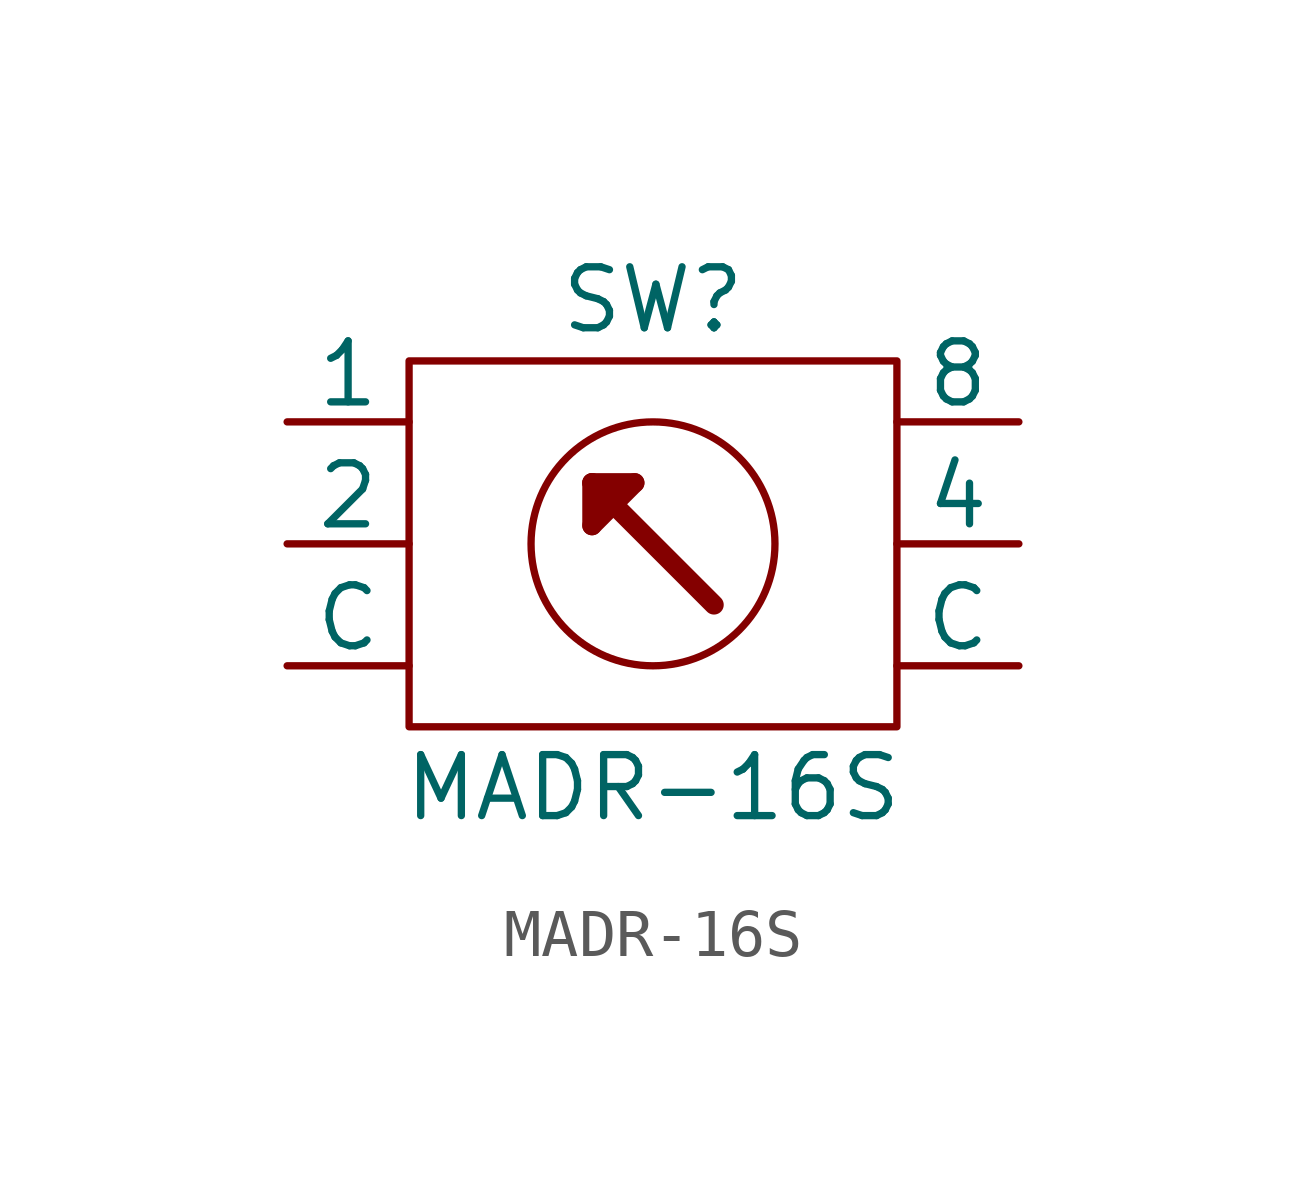
<source format=kicad_sym>
(kicad_symbol_lib
  (version 20231120)
  (generator "kicad_symbol_editor")
  (generator_version "8.0")
  (symbol "MADR-16S"
    (pin_numbers hide)
    (pin_names
      (offset 0))
    (property "Reference" "SW"
      (at 0 5.08 0)
      (effects (font (size 1.27 1.27))))
    (property "Value" "MADR-16S"
      (at 0 -5.08 0)
      (effects (font (size 1.27 1.27))))
    (symbol "MADR-16S_0_1"
      (polyline (pts (xy -5.08 3.81) (xy -5.08 -3.81) (xy 5.08 -3.81) (xy 5.08 3.81) (xy -5.08 3.81)) (stroke (width 0) (type default)) (fill (type none)))
      (circle (center 0 0) (radius 2.54) (stroke (width 0) (type default)) (fill (type none))))
    (symbol "MADR-16S_1_1"
      (polyline (pts (xy -1.27 0.381) (xy -0.381 1.27)) (stroke (width 0.406) (type default)) (fill (type none)))
      (polyline (pts (xy -1.27 1.27) (xy -1.27 0.381)) (stroke (width 0.406) (type default)) (fill (type none)))
      (polyline (pts (xy -1.27 1.27) (xy -0.381 1.27)) (stroke (width 0.406) (type default)) (fill (type none)))
      (polyline (pts (xy -1.27 1.27) (xy 1.27 -1.27)) (stroke (width 0.406) (type default)) (fill (type none)))
      (pin passive line (at -7.62 2.54 0) (length 2.54) (name "1" (effects (font (size 1.27 1.27)))) (number "1" (effects (font (size 1.27 1.27)))))
      (pin passive line (at -7.62 0 0) (length 2.54) (name "2" (effects (font (size 1.27 1.27)))) (number "2" (effects (font (size 1.27 1.27)))))
      (pin passive line (at 7.62 0 180) (length 2.54) (name "4" (effects (font (size 1.27 1.27)))) (number "4" (effects (font (size 1.27 1.27)))))
      (pin passive line (at 7.62 2.54 180) (length 2.54) (name "8" (effects (font (size 1.27 1.27)))) (number "8" (effects (font (size 1.27 1.27)))))
      (pin passive line (at -7.62 -2.54 0) (length 2.54) (name "C" (effects (font (size 1.27 1.27)))) (number "C" (effects (font (size 1.27 1.27)))))
      (pin passive line (at 7.62 -2.54 180) (length 2.54) (name "C" (effects (font (size 1.27 1.27)))) (number "C" (effects (font (size 1.27 1.27))))))))
</source>
